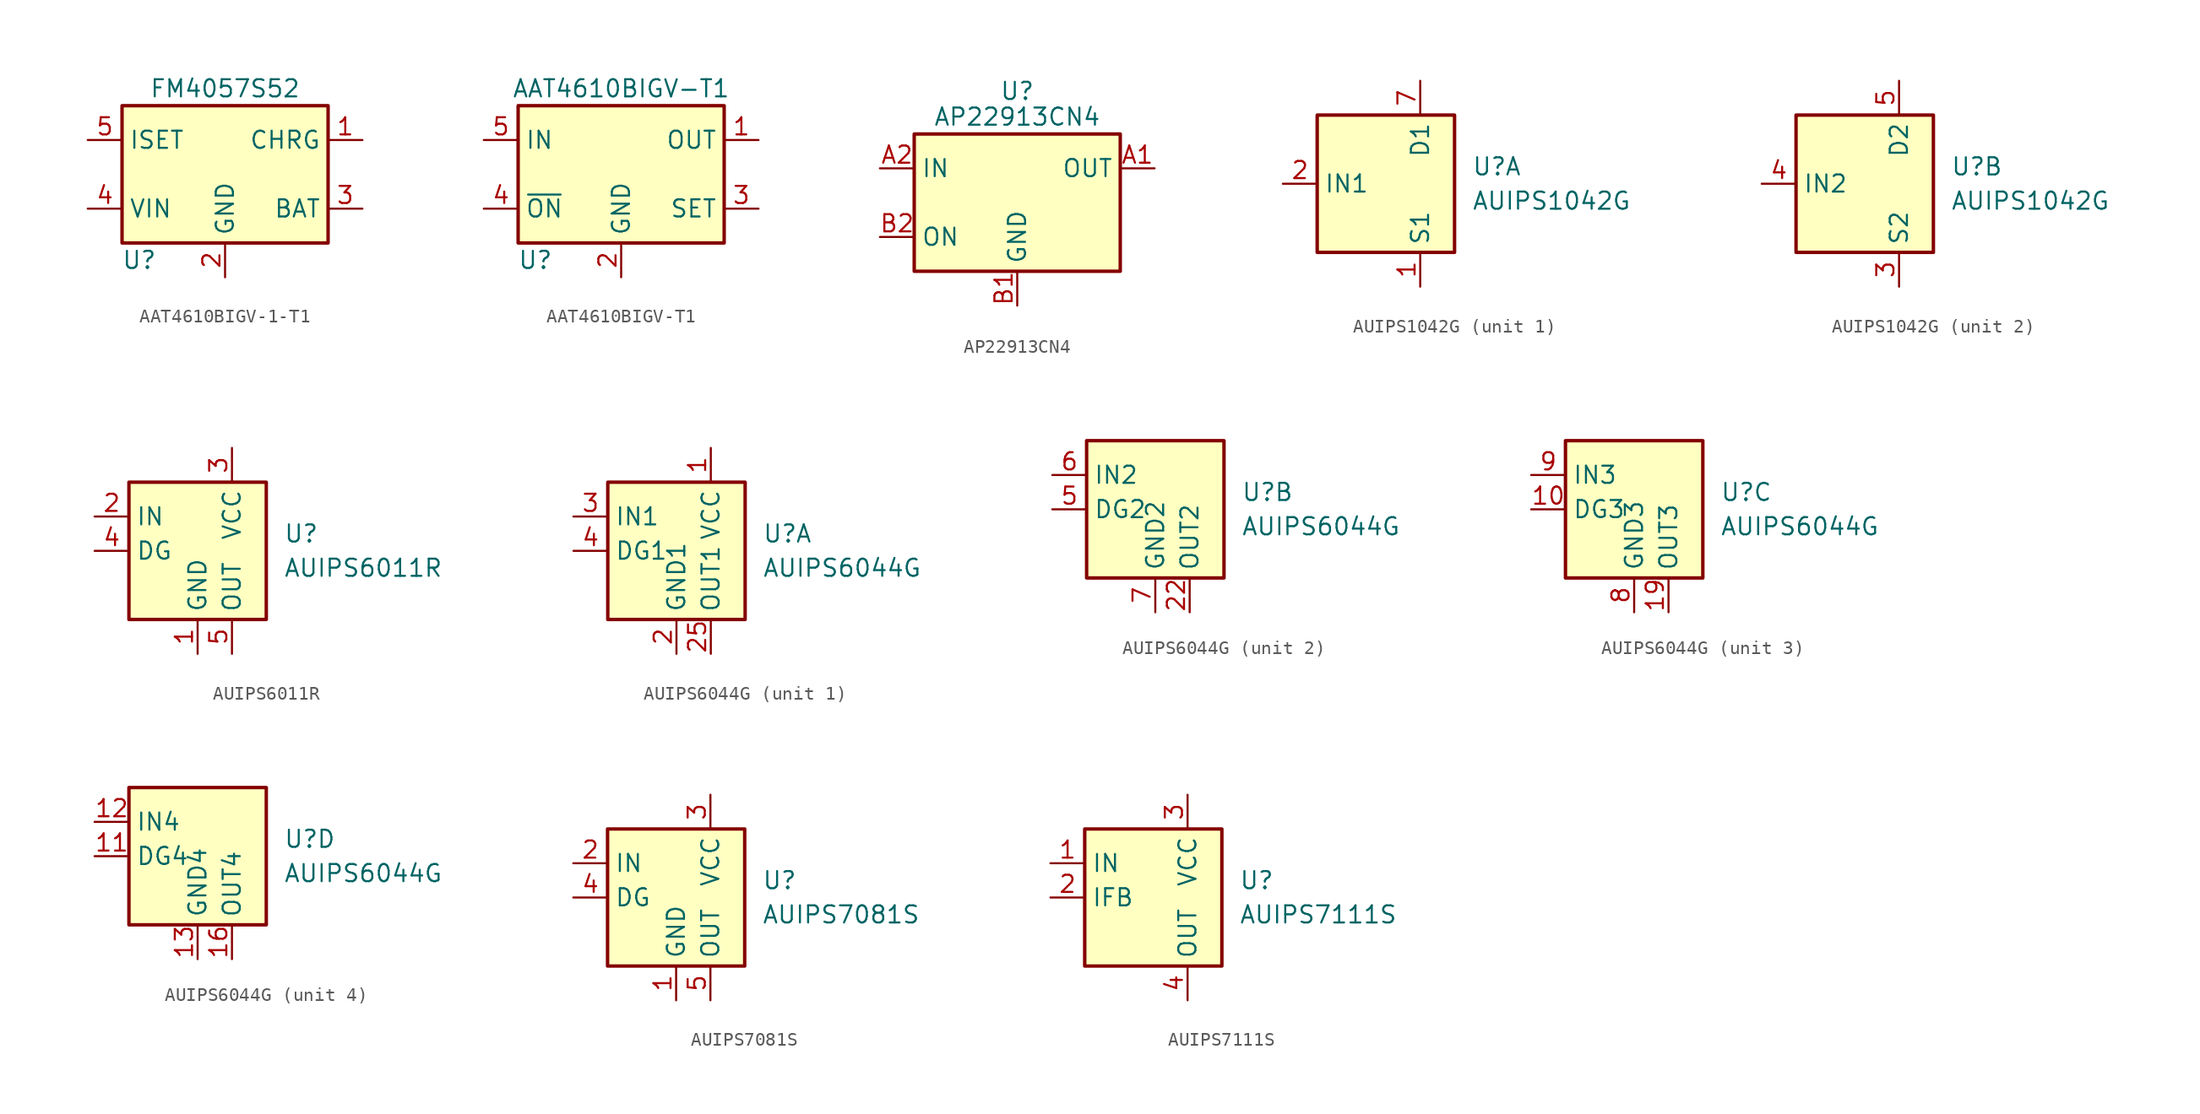
<source format=kicad_sym>
(kicad_symbol_lib
  (version 20220914)
  (generator kicad_symbol_editor)
  (symbol "AAT4610BIGV-1-T1"
    (property "Reference" "U"
      (at -6.35 -6.35 0)
      (effects (font (size 1.27 1.27))))
    (property "Value" "FM4057S52"
      (at 0 6.35 0)
      (effects (font (size 1.27 1.27))))
    (symbol "AAT4610BIGV-1-T1_0_1"
      (rectangle (start -7.62 5.08) (end 7.62 -5.08) (stroke (width 0.254) (type default)) (fill (type background))))
    (symbol "AAT4610BIGV-1-T1_1_1"
      (pin power_in line (at 10.16 2.54 180) (length 2.54) (name "CHRG" (effects (font (size 1.27 1.27)))) (number "1" (effects (font (size 1.27 1.27)))))
      (pin power_in line (at 0 -7.62 90) (length 2.54) (name "GND" (effects (font (size 1.27 1.27)))) (number "2" (effects (font (size 1.27 1.27)))))
      (pin power_out line (at 10.16 -2.54 180) (length 2.54) (name "BAT" (effects (font (size 1.27 1.27)))) (number "3" (effects (font (size 1.27 1.27)))))
      (pin power_in line (at -10.16 -2.54 0) (length 2.54) (name "VIN" (effects (font (size 1.27 1.27)))) (number "4" (effects (font (size 1.27 1.27)))))
      (pin passive line (at -10.16 2.54 0) (length 2.54) (name "ISET" (effects (font (size 1.27 1.27)))) (number "5" (effects (font (size 1.27 1.27)))))))
  (symbol "AAT4610BIGV-T1"
    (property "Reference" "U"
      (at -6.35 -6.35 0)
      (effects (font (size 1.27 1.27))))
    (property "Value" "AAT4610BIGV-T1"
      (at 0 6.35 0)
      (effects (font (size 1.27 1.27))))
    (symbol "AAT4610BIGV-T1_0_1"
      (rectangle (start -7.62 5.08) (end 7.62 -5.08) (stroke (width 0.254) (type default)) (fill (type background))))
    (symbol "AAT4610BIGV-T1_1_1"
      (pin power_out line (at 10.16 2.54 180) (length 2.54) (name "OUT" (effects (font (size 1.27 1.27)))) (number "1" (effects (font (size 1.27 1.27)))))
      (pin power_in line (at 0 -7.62 90) (length 2.54) (name "GND" (effects (font (size 1.27 1.27)))) (number "2" (effects (font (size 1.27 1.27)))))
      (pin passive line (at 10.16 -2.54 180) (length 2.54) (name "SET" (effects (font (size 1.27 1.27)))) (number "3" (effects (font (size 1.27 1.27)))))
      (pin input line (at -10.16 -2.54 0) (length 2.54) (name "~{ON}" (effects (font (size 1.27 1.27)))) (number "4" (effects (font (size 1.27 1.27)))))
      (pin power_in line (at -10.16 2.54 0) (length 2.54) (name "IN" (effects (font (size 1.27 1.27)))) (number "5" (effects (font (size 1.27 1.27)))))))
  (symbol "AP22913CN4"
    (property "Reference" "U"
      (at 0 8.255 0)
      (effects (font (size 1.27 1.27))))
    (property "Value" "AP22913CN4"
      (at 0 6.35 0)
      (effects (font (size 1.27 1.27))))
    (symbol "AP22913CN4_0_1"
      (rectangle (start -7.62 5.08) (end 7.62 -5.08) (stroke (width 0.254) (type default)) (fill (type background))))
    (symbol "AP22913CN4_1_1"
      (pin power_out line (at 10.16 2.54 180) (length 2.54) (name "OUT" (effects (font (size 1.27 1.27)))) (number "A1" (effects (font (size 1.27 1.27)))))
      (pin power_in line (at -10.16 2.54 0) (length 2.54) (name "IN" (effects (font (size 1.27 1.27)))) (number "A2" (effects (font (size 1.27 1.27)))))
      (pin power_in line (at 0 -7.62 90) (length 2.54) (name "GND" (effects (font (size 1.27 1.27)))) (number "B1" (effects (font (size 1.27 1.27)))))
      (pin input line (at -10.16 -2.54 0) (length 2.54) (name "ON" (effects (font (size 1.27 1.27)))) (number "B2" (effects (font (size 1.27 1.27)))))))
  (symbol "AUIPS1042G"
    (property "Reference" "U"
      (at 3.81 1.27 0)
      (effects (font (size 1.27 1.27)) (justify left)))
    (property "Value" "AUIPS1042G"
      (at 3.81 -1.27 0)
      (effects (font (size 1.27 1.27)) (justify left)))
    (symbol "AUIPS1042G_0_1"
      (rectangle (start -7.62 5.08) (end 2.54 -5.08) (stroke (width 0.254) (type default)) (fill (type background))))
    (symbol "AUIPS1042G_1_1"
      (pin power_in line (at 0 -7.62 90) (length 2.54) (name "S1" (effects (font (size 1.27 1.27)))) (number "1" (effects (font (size 1.27 1.27)))))
      (pin input line (at -10.16 0 0) (length 2.54) (name "IN1" (effects (font (size 1.27 1.27)))) (number "2" (effects (font (size 1.27 1.27)))))
      (pin passive line (at 0 7.62 270) (length 2.54) (name "D1" (effects (font (size 1.27 1.27)))) (number "7" (effects (font (size 1.27 1.27)))))
      (pin passive line (at 0 7.62 270) (length 2.54) hide (name "D1" (effects (font (size 1.27 1.27)))) (number "8" (effects (font (size 1.27 1.27))))))
    (symbol "AUIPS1042G_2_1"
      (pin power_in line (at 0 -7.62 90) (length 2.54) (name "S2" (effects (font (size 1.27 1.27)))) (number "3" (effects (font (size 1.27 1.27)))))
      (pin input line (at -10.16 0 0) (length 2.54) (name "IN2" (effects (font (size 1.27 1.27)))) (number "4" (effects (font (size 1.27 1.27)))))
      (pin passive line (at 0 7.62 270) (length 2.54) (name "D2" (effects (font (size 1.27 1.27)))) (number "5" (effects (font (size 1.27 1.27)))))
      (pin passive line (at 0 7.62 270) (length 2.54) hide (name "D2" (effects (font (size 1.27 1.27)))) (number "6" (effects (font (size 1.27 1.27)))))))
  (symbol "AUIPS6011R"
    (property "Reference" "U"
      (at 3.81 1.27 0)
      (effects (font (size 1.27 1.27)) (justify left)))
    (property "Value" "AUIPS6011R"
      (at 3.81 -1.27 0)
      (effects (font (size 1.27 1.27)) (justify left)))
    (symbol "AUIPS6011R_0_1"
      (rectangle (start -7.62 5.08) (end 2.54 -5.08) (stroke (width 0.254) (type default)) (fill (type background))))
    (symbol "AUIPS6011R_1_1"
      (pin power_in line (at -2.54 -7.62 90) (length 2.54) (name "GND" (effects (font (size 1.27 1.27)))) (number "1" (effects (font (size 1.27 1.27)))))
      (pin input line (at -10.16 2.54 0) (length 2.54) (name "IN" (effects (font (size 1.27 1.27)))) (number "2" (effects (font (size 1.27 1.27)))))
      (pin power_in line (at 0 7.62 270) (length 2.54) (name "VCC" (effects (font (size 1.27 1.27)))) (number "3" (effects (font (size 1.27 1.27)))))
      (pin open_collector line (at -10.16 0 0) (length 2.54) (name "DG" (effects (font (size 1.27 1.27)))) (number "4" (effects (font (size 1.27 1.27)))))
      (pin power_out line (at 0 -7.62 90) (length 2.54) (name "OUT" (effects (font (size 1.27 1.27)))) (number "5" (effects (font (size 1.27 1.27)))))))
  (symbol "AUIPS6044G"
    (property "Reference" "U"
      (at 3.81 1.27 0)
      (effects (font (size 1.27 1.27)) (justify left)))
    (property "Value" "AUIPS6044G"
      (at 3.81 -1.27 0)
      (effects (font (size 1.27 1.27)) (justify left)))
    (symbol "AUIPS6044G_0_1"
      (rectangle (start -7.62 5.08) (end 2.54 -5.08) (stroke (width 0.254) (type default)) (fill (type background))))
    (symbol "AUIPS6044G_1_1"
      (pin power_in line (at 0 7.62 270) (length 2.54) (name "VCC" (effects (font (size 1.27 1.27)))) (number "1" (effects (font (size 1.27 1.27)))))
      (pin passive line (at 0 7.62 270) (length 2.54) hide (name "VCC" (effects (font (size 1.27 1.27)))) (number "14" (effects (font (size 1.27 1.27)))))
      (pin passive line (at 0 7.62 270) (length 2.54) hide (name "VCC" (effects (font (size 1.27 1.27)))) (number "15" (effects (font (size 1.27 1.27)))))
      (pin power_in line (at -2.54 -7.62 90) (length 2.54) (name "GND1" (effects (font (size 1.27 1.27)))) (number "2" (effects (font (size 1.27 1.27)))))
      (pin power_out line (at 0 -7.62 90) (length 2.54) (name "OUT1" (effects (font (size 1.27 1.27)))) (number "25" (effects (font (size 1.27 1.27)))))
      (pin passive line (at 0 -7.62 90) (length 2.54) hide (name "OUT1" (effects (font (size 1.27 1.27)))) (number "26" (effects (font (size 1.27 1.27)))))
      (pin passive line (at 0 -7.62 90) (length 2.54) hide (name "OUT1" (effects (font (size 1.27 1.27)))) (number "27" (effects (font (size 1.27 1.27)))))
      (pin passive line (at 0 7.62 270) (length 2.54) hide (name "VCC" (effects (font (size 1.27 1.27)))) (number "28" (effects (font (size 1.27 1.27)))))
      (pin input line (at -10.16 2.54 0) (length 2.54) (name "IN1" (effects (font (size 1.27 1.27)))) (number "3" (effects (font (size 1.27 1.27)))))
      (pin open_collector line (at -10.16 0 0) (length 2.54) (name "DG1" (effects (font (size 1.27 1.27)))) (number "4" (effects (font (size 1.27 1.27))))))
    (symbol "AUIPS6044G_2_1"
      (pin power_out line (at 0 -7.62 90) (length 2.54) (name "OUT2" (effects (font (size 1.27 1.27)))) (number "22" (effects (font (size 1.27 1.27)))))
      (pin passive line (at 0 -7.62 90) (length 2.54) hide (name "OUT2" (effects (font (size 1.27 1.27)))) (number "23" (effects (font (size 1.27 1.27)))))
      (pin passive line (at 0 -7.62 90) (length 2.54) hide (name "OUT2" (effects (font (size 1.27 1.27)))) (number "24" (effects (font (size 1.27 1.27)))))
      (pin open_collector line (at -10.16 0 0) (length 2.54) (name "DG2" (effects (font (size 1.27 1.27)))) (number "5" (effects (font (size 1.27 1.27)))))
      (pin input line (at -10.16 2.54 0) (length 2.54) (name "IN2" (effects (font (size 1.27 1.27)))) (number "6" (effects (font (size 1.27 1.27)))))
      (pin power_in line (at -2.54 -7.62 90) (length 2.54) (name "GND2" (effects (font (size 1.27 1.27)))) (number "7" (effects (font (size 1.27 1.27))))))
    (symbol "AUIPS6044G_3_1"
      (pin open_collector line (at -10.16 0 0) (length 2.54) (name "DG3" (effects (font (size 1.27 1.27)))) (number "10" (effects (font (size 1.27 1.27)))))
      (pin power_out line (at 0 -7.62 90) (length 2.54) (name "OUT3" (effects (font (size 1.27 1.27)))) (number "19" (effects (font (size 1.27 1.27)))))
      (pin passive line (at 0 -7.62 90) (length 2.54) hide (name "OUT3" (effects (font (size 1.27 1.27)))) (number "20" (effects (font (size 1.27 1.27)))))
      (pin passive line (at 0 -7.62 90) (length 2.54) hide (name "OUT3" (effects (font (size 1.27 1.27)))) (number "21" (effects (font (size 1.27 1.27)))))
      (pin power_in line (at -2.54 -7.62 90) (length 2.54) (name "GND3" (effects (font (size 1.27 1.27)))) (number "8" (effects (font (size 1.27 1.27)))))
      (pin input line (at -10.16 2.54 0) (length 2.54) (name "IN3" (effects (font (size 1.27 1.27)))) (number "9" (effects (font (size 1.27 1.27))))))
    (symbol "AUIPS6044G_4_1"
      (pin open_collector line (at -10.16 0 0) (length 2.54) (name "DG4" (effects (font (size 1.27 1.27)))) (number "11" (effects (font (size 1.27 1.27)))))
      (pin input line (at -10.16 2.54 0) (length 2.54) (name "IN4" (effects (font (size 1.27 1.27)))) (number "12" (effects (font (size 1.27 1.27)))))
      (pin power_in line (at -2.54 -7.62 90) (length 2.54) (name "GND4" (effects (font (size 1.27 1.27)))) (number "13" (effects (font (size 1.27 1.27)))))
      (pin power_out line (at 0 -7.62 90) (length 2.54) (name "OUT4" (effects (font (size 1.27 1.27)))) (number "16" (effects (font (size 1.27 1.27)))))
      (pin passive line (at 0 -7.62 90) (length 2.54) hide (name "OUT4" (effects (font (size 1.27 1.27)))) (number "17" (effects (font (size 1.27 1.27)))))
      (pin passive line (at 0 -7.62 90) (length 2.54) hide (name "OUT4" (effects (font (size 1.27 1.27)))) (number "18" (effects (font (size 1.27 1.27)))))))
  (symbol "AUIPS7081S"
    (property "Reference" "U"
      (at 3.81 1.27 0)
      (effects (font (size 1.27 1.27)) (justify left)))
    (property "Value" "AUIPS7081S"
      (at 3.81 -1.27 0)
      (effects (font (size 1.27 1.27)) (justify left)))
    (symbol "AUIPS7081S_0_1"
      (rectangle (start -7.62 5.08) (end 2.54 -5.08) (stroke (width 0.254) (type default)) (fill (type background))))
    (symbol "AUIPS7081S_1_1"
      (pin power_in line (at -2.54 -7.62 90) (length 2.54) (name "GND" (effects (font (size 1.27 1.27)))) (number "1" (effects (font (size 1.27 1.27)))))
      (pin input line (at -10.16 2.54 0) (length 2.54) (name "IN" (effects (font (size 1.27 1.27)))) (number "2" (effects (font (size 1.27 1.27)))))
      (pin power_in line (at 0 7.62 270) (length 2.54) (name "VCC" (effects (font (size 1.27 1.27)))) (number "3" (effects (font (size 1.27 1.27)))))
      (pin open_collector line (at -10.16 0 0) (length 2.54) (name "DG" (effects (font (size 1.27 1.27)))) (number "4" (effects (font (size 1.27 1.27)))))
      (pin power_out line (at 0 -7.62 90) (length 2.54) (name "OUT" (effects (font (size 1.27 1.27)))) (number "5" (effects (font (size 1.27 1.27)))))))
  (symbol "AUIPS7111S"
    (property "Reference" "U"
      (at 3.81 1.27 0)
      (effects (font (size 1.27 1.27)) (justify left)))
    (property "Value" "AUIPS7111S"
      (at 3.81 -1.27 0)
      (effects (font (size 1.27 1.27)) (justify left)))
    (symbol "AUIPS7111S_0_1"
      (rectangle (start -7.62 5.08) (end 2.54 -5.08) (stroke (width 0.254) (type default)) (fill (type background))))
    (symbol "AUIPS7111S_1_1"
      (pin input line (at -10.16 2.54 0) (length 2.54) (name "IN" (effects (font (size 1.27 1.27)))) (number "1" (effects (font (size 1.27 1.27)))))
      (pin output line (at -10.16 0 0) (length 2.54) (name "IFB" (effects (font (size 1.27 1.27)))) (number "2" (effects (font (size 1.27 1.27)))))
      (pin power_in line (at 0 7.62 270) (length 2.54) (name "VCC" (effects (font (size 1.27 1.27)))) (number "3" (effects (font (size 1.27 1.27)))))
      (pin power_out line (at 0 -7.62 90) (length 2.54) (name "OUT" (effects (font (size 1.27 1.27)))) (number "4" (effects (font (size 1.27 1.27)))))
      (pin passive line (at 0 -7.62 90) (length 2.54) hide (name "OUT" (effects (font (size 1.27 1.27)))) (number "5" (effects (font (size 1.27 1.27))))))))
</source>
